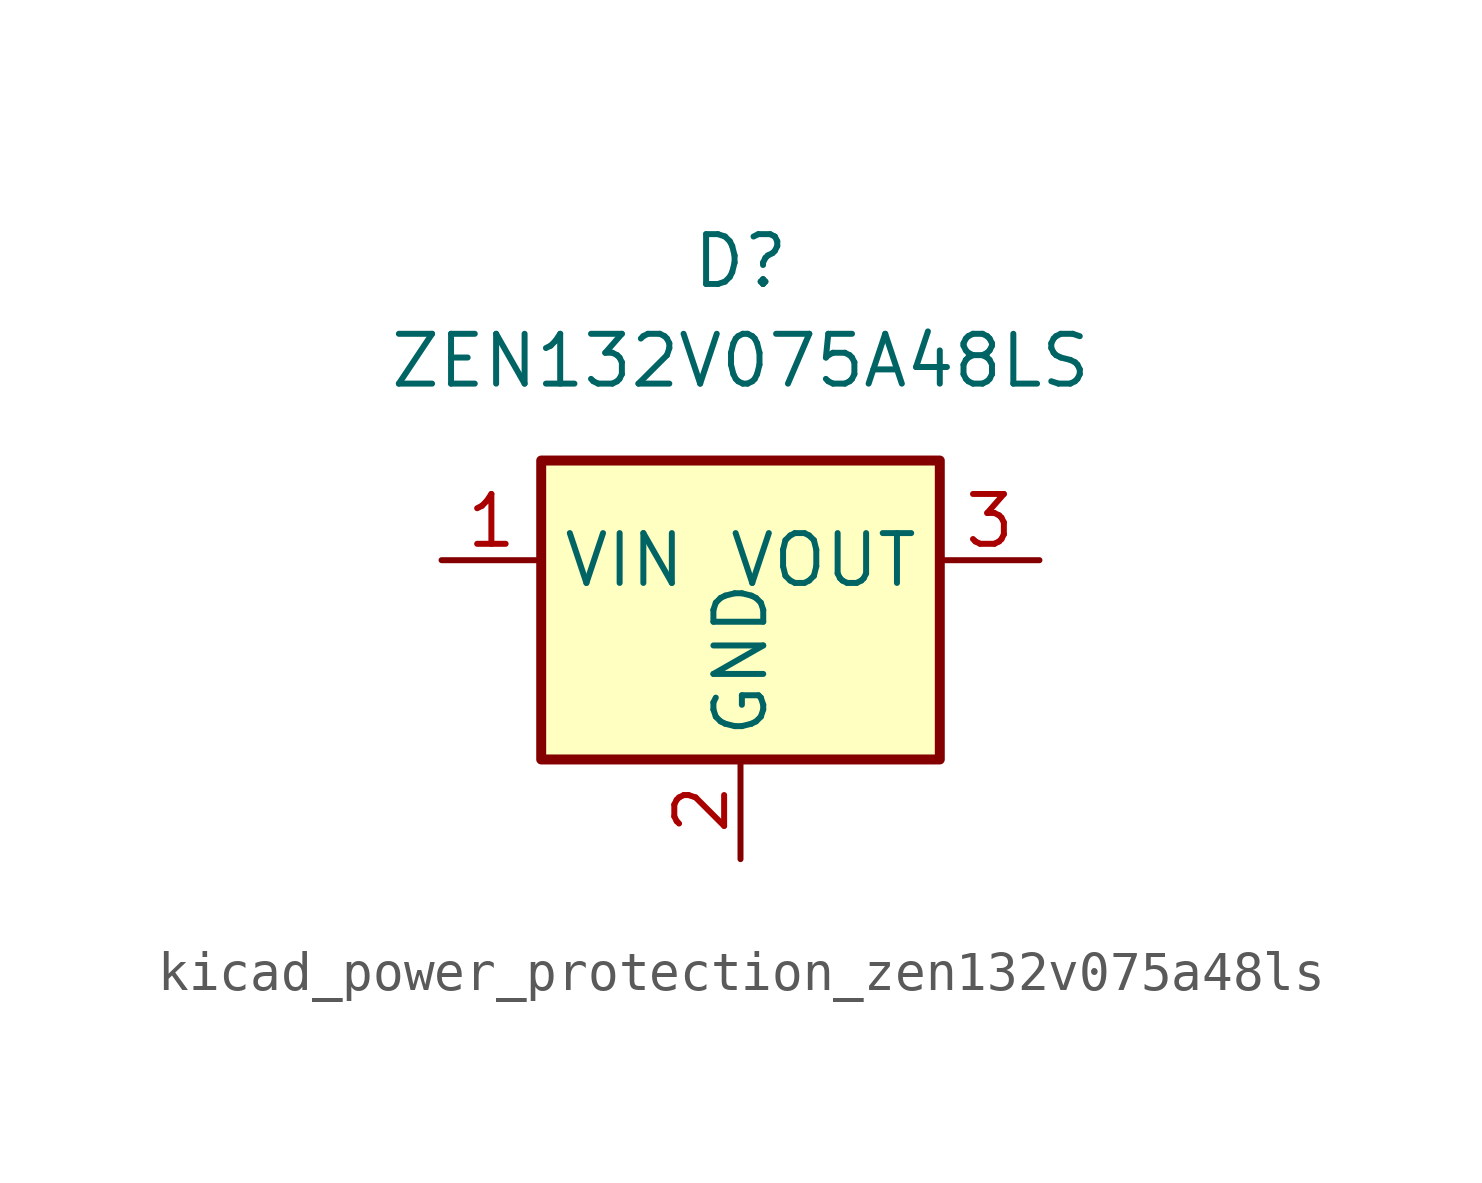
<source format=kicad_sym>
(kicad_symbol_lib
  (version 20220914)
  (generator kicad_symbol_editor)
  (symbol "kicad_power_protection_zen132v075a48ls"
    (property "Reference" "D"
      (at 0 10.16 0)
      (effects (font (size 1.27 1.27))))
    (property "Value" "ZEN132V075A48LS"
      (at 0 7.62 0)
      (effects (font (size 1.27 1.27))))
    (symbol "kicad_power_protection_zen132v075a48ls_0_1"
      (rectangle (start -5.08 5.08) (end 5.08 -2.54) (stroke (width 0.254) (type default)) (fill (type background))))
    (symbol "kicad_power_protection_zen132v075a48ls_1_1"
      (pin passive line (at -7.62 2.54 0) (length 2.54) (name "VIN" (effects (font (size 1.27 1.27)))) (number "1" (effects (font (size 1.27 1.27)))))
      (pin power_in line (at 0 -5.08 90) (length 2.54) (name "GND" (effects (font (size 1.27 1.27)))) (number "2" (effects (font (size 1.27 1.27)))))
      (pin passive line (at 7.62 2.54 180) (length 2.54) (name "VOUT" (effects (font (size 1.27 1.27)))) (number "3" (effects (font (size 1.27 1.27))))))))
</source>
